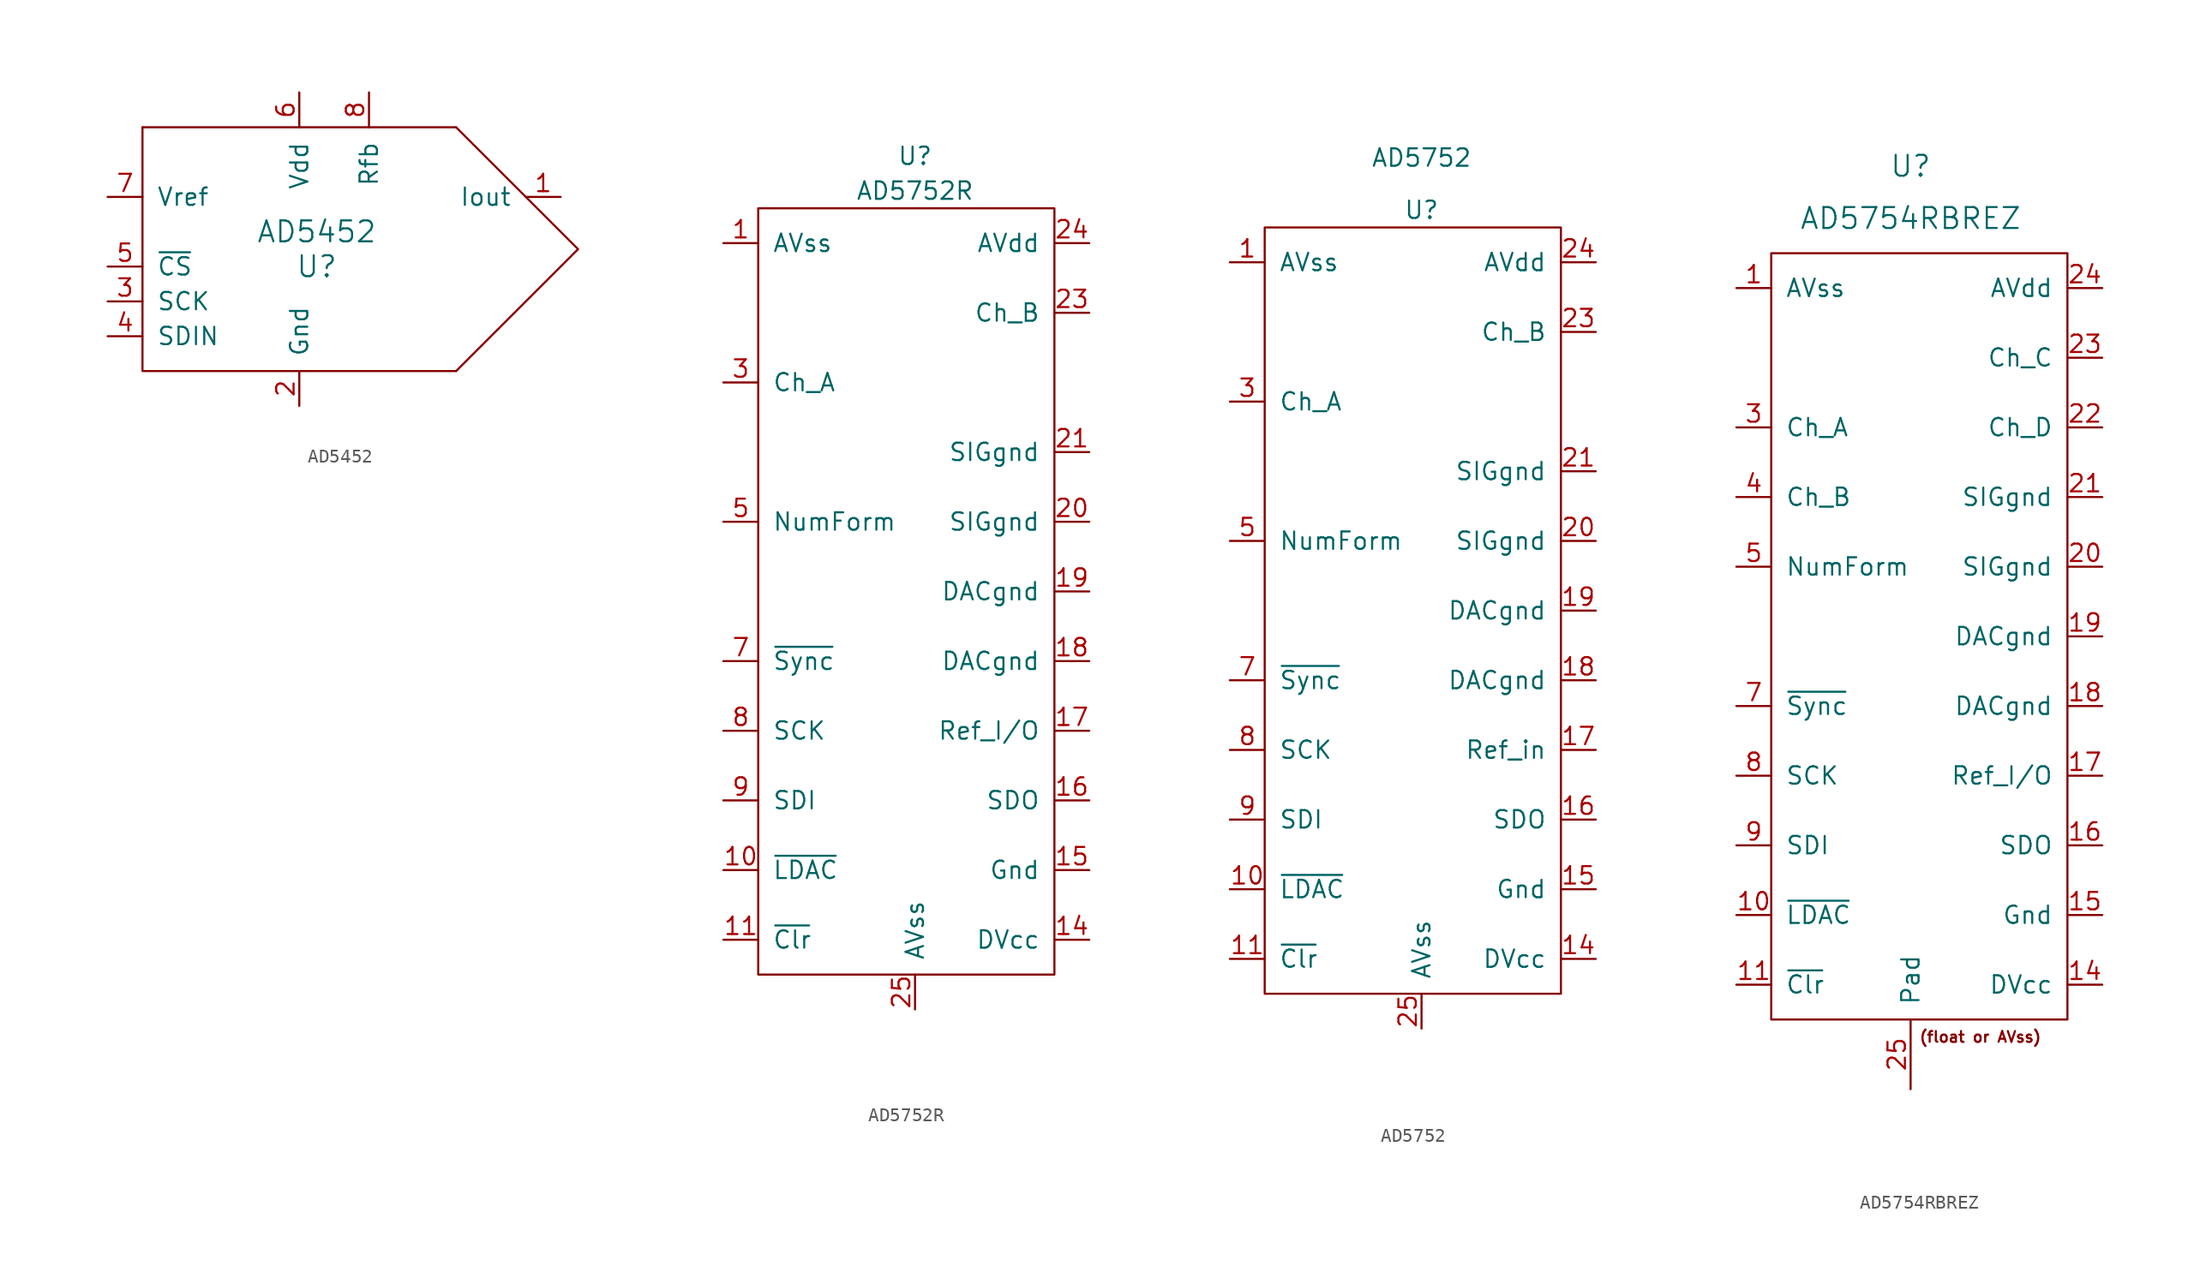
<source format=kicad_sym>
(kicad_symbol_lib
  (version 20211014)
  (generator kicad_symbol_editor)
  (symbol "AD5452"
    (pin_names
      (offset 1.016))
    (property "Reference" "U"
      (at 2.54 -2.54 0)
      (effects (font (size 1.524 1.524))))
    (property "Value" "AD5452"
      (at 2.54 0 0)
      (effects (font (size 1.524 1.524))))
    (symbol "AD5452_0_1"
      (polyline (pts (xy -10.16 7.62) (xy 12.7 7.62)) (stroke (width 0) (type default) (color 0 0 0 0)) (fill (type none)))
      (polyline (pts (xy -10.16 7.62) (xy -10.16 -10.16) (xy 12.7 -10.16)) (stroke (width 0) (type default) (color 0 0 0 0)) (fill (type none)))
      (polyline (pts (xy 12.7 -10.16) (xy 21.59 -1.27) (xy 12.7 7.62)) (stroke (width 0) (type default) (color 0 0 0 0)) (fill (type none))))
    (symbol "AD5452_1_1"
      (pin bidirectional line (at 20.32 2.54 180) (length 2.54) (name "Iout" (effects (font (size 1.27 1.27)))) (number "1" (effects (font (size 1.27 1.27)))))
      (pin bidirectional line (at 1.27 -12.7 90) (length 2.54) (name "Gnd" (effects (font (size 1.27 1.27)))) (number "2" (effects (font (size 1.27 1.27)))))
      (pin bidirectional line (at -12.7 -5.08 0) (length 2.54) (name "SCK" (effects (font (size 1.27 1.27)))) (number "3" (effects (font (size 1.27 1.27)))))
      (pin bidirectional line (at -12.7 -7.62 0) (length 2.54) (name "SDIN" (effects (font (size 1.27 1.27)))) (number "4" (effects (font (size 1.27 1.27)))))
      (pin bidirectional line (at -12.7 -2.54 0) (length 2.54) (name "~{CS}" (effects (font (size 1.27 1.27)))) (number "5" (effects (font (size 1.27 1.27)))))
      (pin bidirectional line (at 1.27 10.16 270) (length 2.54) (name "Vdd" (effects (font (size 1.27 1.27)))) (number "6" (effects (font (size 1.27 1.27)))))
      (pin bidirectional line (at -12.7 2.54 0) (length 2.54) (name "Vref" (effects (font (size 1.27 1.27)))) (number "7" (effects (font (size 1.27 1.27)))))
      (pin bidirectional line (at 6.35 10.16 270) (length 2.54) (name "Rfb" (effects (font (size 1.27 1.27)))) (number "8" (effects (font (size 1.27 1.27)))))))
  (symbol "AD5752R"
    (pin_names
      (offset 1.016))
    (property "Reference" "U"
      (at 0 31.75 0)
      (effects (font (size 1.27 1.27))))
    (property "Value" "AD5752R"
      (at 0 29.21 0)
      (effects (font (size 1.27 1.27))))
    (symbol "AD5752R_1_1"
      (rectangle (start -11.43 27.94) (end 10.16 -27.94) (stroke (width 0) (type default) (color 0 0 0 0)) (fill (type none)))
      (pin bidirectional line (at -13.97 25.4 0) (length 2.54) (name "AVss" (effects (font (size 1.27 1.27)))) (number "1" (effects (font (size 1.27 1.27)))))
      (pin bidirectional line (at -13.97 -20.32 0) (length 2.54) (name "~{LDAC}" (effects (font (size 1.27 1.27)))) (number "10" (effects (font (size 1.27 1.27)))))
      (pin bidirectional line (at -13.97 -25.4 0) (length 2.54) (name "~{Clr}" (effects (font (size 1.27 1.27)))) (number "11" (effects (font (size 1.27 1.27)))))
      (pin bidirectional line (at 12.7 -25.4 180) (length 2.54) (name "DVcc" (effects (font (size 1.27 1.27)))) (number "14" (effects (font (size 1.27 1.27)))))
      (pin bidirectional line (at 12.7 -20.32 180) (length 2.54) (name "Gnd" (effects (font (size 1.27 1.27)))) (number "15" (effects (font (size 1.27 1.27)))))
      (pin bidirectional line (at 12.7 -15.24 180) (length 2.54) (name "SDO" (effects (font (size 1.27 1.27)))) (number "16" (effects (font (size 1.27 1.27)))))
      (pin bidirectional line (at 12.7 -10.16 180) (length 2.54) (name "Ref_I/O" (effects (font (size 1.27 1.27)))) (number "17" (effects (font (size 1.27 1.27)))))
      (pin bidirectional line (at 12.7 -5.08 180) (length 2.54) (name "DACgnd" (effects (font (size 1.27 1.27)))) (number "18" (effects (font (size 1.27 1.27)))))
      (pin bidirectional line (at 12.7 0 180) (length 2.54) (name "DACgnd" (effects (font (size 1.27 1.27)))) (number "19" (effects (font (size 1.27 1.27)))))
      (pin bidirectional line (at 12.7 5.08 180) (length 2.54) (name "SIGgnd" (effects (font (size 1.27 1.27)))) (number "20" (effects (font (size 1.27 1.27)))))
      (pin bidirectional line (at 12.7 10.16 180) (length 2.54) (name "SIGgnd" (effects (font (size 1.27 1.27)))) (number "21" (effects (font (size 1.27 1.27)))))
      (pin bidirectional line (at 12.7 20.32 180) (length 2.54) (name "Ch_B" (effects (font (size 1.27 1.27)))) (number "23" (effects (font (size 1.27 1.27)))))
      (pin bidirectional line (at 12.7 25.4 180) (length 2.54) (name "AVdd" (effects (font (size 1.27 1.27)))) (number "24" (effects (font (size 1.27 1.27)))))
      (pin bidirectional line (at 0 -30.48 90) (length 2.54) (name "AVss" (effects (font (size 1.27 1.27)))) (number "25" (effects (font (size 1.27 1.27)))))
      (pin bidirectional line (at -13.97 15.24 0) (length 2.54) (name "Ch_A" (effects (font (size 1.27 1.27)))) (number "3" (effects (font (size 1.27 1.27)))))
      (pin bidirectional line (at -13.97 5.08 0) (length 2.54) (name "NumForm" (effects (font (size 1.27 1.27)))) (number "5" (effects (font (size 1.27 1.27)))))
      (pin bidirectional line (at -13.97 -5.08 0) (length 2.54) (name "~{Sync}" (effects (font (size 1.27 1.27)))) (number "7" (effects (font (size 1.27 1.27)))))
      (pin bidirectional line (at -13.97 -10.16 0) (length 2.54) (name "SCK" (effects (font (size 1.27 1.27)))) (number "8" (effects (font (size 1.27 1.27)))))
      (pin bidirectional line (at -13.97 -15.24 0) (length 2.54) (name "SDI" (effects (font (size 1.27 1.27)))) (number "9" (effects (font (size 1.27 1.27)))))))
  (symbol "AD5752"
    (pin_names
      (offset 1.016))
    (property "Reference" "U"
      (at 0 29.21 0)
      (effects (font (size 1.27 1.27))))
    (property "Value" "AD5752"
      (at 0 33.02 0)
      (effects (font (size 1.27 1.27))))
    (symbol "AD5752_1_1"
      (rectangle (start -11.43 27.94) (end 10.16 -27.94) (stroke (width 0) (type default) (color 0 0 0 0)) (fill (type none)))
      (pin bidirectional line (at -13.97 25.4 0) (length 2.54) (name "AVss" (effects (font (size 1.27 1.27)))) (number "1" (effects (font (size 1.27 1.27)))))
      (pin bidirectional line (at -13.97 -20.32 0) (length 2.54) (name "~{LDAC}" (effects (font (size 1.27 1.27)))) (number "10" (effects (font (size 1.27 1.27)))))
      (pin bidirectional line (at -13.97 -25.4 0) (length 2.54) (name "~{Clr}" (effects (font (size 1.27 1.27)))) (number "11" (effects (font (size 1.27 1.27)))))
      (pin bidirectional line (at 12.7 -25.4 180) (length 2.54) (name "DVcc" (effects (font (size 1.27 1.27)))) (number "14" (effects (font (size 1.27 1.27)))))
      (pin bidirectional line (at 12.7 -20.32 180) (length 2.54) (name "Gnd" (effects (font (size 1.27 1.27)))) (number "15" (effects (font (size 1.27 1.27)))))
      (pin bidirectional line (at 12.7 -15.24 180) (length 2.54) (name "SDO" (effects (font (size 1.27 1.27)))) (number "16" (effects (font (size 1.27 1.27)))))
      (pin bidirectional line (at 12.7 -10.16 180) (length 2.54) (name "Ref_in" (effects (font (size 1.27 1.27)))) (number "17" (effects (font (size 1.27 1.27)))))
      (pin bidirectional line (at 12.7 -5.08 180) (length 2.54) (name "DACgnd" (effects (font (size 1.27 1.27)))) (number "18" (effects (font (size 1.27 1.27)))))
      (pin bidirectional line (at 12.7 0 180) (length 2.54) (name "DACgnd" (effects (font (size 1.27 1.27)))) (number "19" (effects (font (size 1.27 1.27)))))
      (pin bidirectional line (at 12.7 5.08 180) (length 2.54) (name "SIGgnd" (effects (font (size 1.27 1.27)))) (number "20" (effects (font (size 1.27 1.27)))))
      (pin bidirectional line (at 12.7 10.16 180) (length 2.54) (name "SIGgnd" (effects (font (size 1.27 1.27)))) (number "21" (effects (font (size 1.27 1.27)))))
      (pin bidirectional line (at 12.7 20.32 180) (length 2.54) (name "Ch_B" (effects (font (size 1.27 1.27)))) (number "23" (effects (font (size 1.27 1.27)))))
      (pin bidirectional line (at 12.7 25.4 180) (length 2.54) (name "AVdd" (effects (font (size 1.27 1.27)))) (number "24" (effects (font (size 1.27 1.27)))))
      (pin bidirectional line (at 0 -30.48 90) (length 2.54) (name "AVss" (effects (font (size 1.27 1.27)))) (number "25" (effects (font (size 1.27 1.27)))))
      (pin bidirectional line (at -13.97 15.24 0) (length 2.54) (name "Ch_A" (effects (font (size 1.27 1.27)))) (number "3" (effects (font (size 1.27 1.27)))))
      (pin bidirectional line (at -13.97 5.08 0) (length 2.54) (name "NumForm" (effects (font (size 1.27 1.27)))) (number "5" (effects (font (size 1.27 1.27)))))
      (pin bidirectional line (at -13.97 -5.08 0) (length 2.54) (name "~{Sync}" (effects (font (size 1.27 1.27)))) (number "7" (effects (font (size 1.27 1.27)))))
      (pin bidirectional line (at -13.97 -10.16 0) (length 2.54) (name "SCK" (effects (font (size 1.27 1.27)))) (number "8" (effects (font (size 1.27 1.27)))))
      (pin bidirectional line (at -13.97 -15.24 0) (length 2.54) (name "SDI" (effects (font (size 1.27 1.27)))) (number "9" (effects (font (size 1.27 1.27)))))))
  (symbol "AD5754RBREZ"
    (pin_names
      (offset 1.016))
    (property "Reference" "U"
      (at 0 13.97 0)
      (effects (font (size 1.524 1.524))))
    (property "Value" "AD5754RBREZ"
      (at 0 10.16 0)
      (effects (font (size 1.524 1.524))))
    (symbol "AD5754RBREZ_0_0"
      (text "(float or AVss)" (at 5.08 -49.53 0) (effects (font (size 0.787 0.787)))))
    (symbol "AD5754RBREZ_0_1"
      (rectangle (start -10.16 7.62) (end 11.43 -48.26) (stroke (width 0) (type default) (color 0 0 0 0)) (fill (type none))))
    (symbol "AD5754RBREZ_1_1"
      (pin bidirectional line (at -12.7 5.08 0) (length 2.54) (name "AVss" (effects (font (size 1.27 1.27)))) (number "1" (effects (font (size 1.27 1.27)))))
      (pin bidirectional line (at -12.7 -40.64 0) (length 2.54) (name "~{LDAC}" (effects (font (size 1.27 1.27)))) (number "10" (effects (font (size 1.27 1.27)))))
      (pin bidirectional line (at -12.7 -45.72 0) (length 2.54) (name "~{Clr}" (effects (font (size 1.27 1.27)))) (number "11" (effects (font (size 1.27 1.27)))))
      (pin bidirectional line (at 13.97 -45.72 180) (length 2.54) (name "DVcc" (effects (font (size 1.27 1.27)))) (number "14" (effects (font (size 1.27 1.27)))))
      (pin bidirectional line (at 13.97 -40.64 180) (length 2.54) (name "Gnd" (effects (font (size 1.27 1.27)))) (number "15" (effects (font (size 1.27 1.27)))))
      (pin bidirectional line (at 13.97 -35.56 180) (length 2.54) (name "SDO" (effects (font (size 1.27 1.27)))) (number "16" (effects (font (size 1.27 1.27)))))
      (pin bidirectional line (at 13.97 -30.48 180) (length 2.54) (name "Ref_I/O" (effects (font (size 1.27 1.27)))) (number "17" (effects (font (size 1.27 1.27)))))
      (pin bidirectional line (at 13.97 -25.4 180) (length 2.54) (name "DACgnd" (effects (font (size 1.27 1.27)))) (number "18" (effects (font (size 1.27 1.27)))))
      (pin bidirectional line (at 13.97 -20.32 180) (length 2.54) (name "DACgnd" (effects (font (size 1.27 1.27)))) (number "19" (effects (font (size 1.27 1.27)))))
      (pin bidirectional line (at 13.97 -15.24 180) (length 2.54) (name "SIGgnd" (effects (font (size 1.27 1.27)))) (number "20" (effects (font (size 1.27 1.27)))))
      (pin bidirectional line (at 13.97 -10.16 180) (length 2.54) (name "SIGgnd" (effects (font (size 1.27 1.27)))) (number "21" (effects (font (size 1.27 1.27)))))
      (pin bidirectional line (at 13.97 -5.08 180) (length 2.54) (name "Ch_D" (effects (font (size 1.27 1.27)))) (number "22" (effects (font (size 1.27 1.27)))))
      (pin bidirectional line (at 13.97 0 180) (length 2.54) (name "Ch_C" (effects (font (size 1.27 1.27)))) (number "23" (effects (font (size 1.27 1.27)))))
      (pin bidirectional line (at 13.97 5.08 180) (length 2.54) (name "AVdd" (effects (font (size 1.27 1.27)))) (number "24" (effects (font (size 1.27 1.27)))))
      (pin input line (at 0 -53.34 90) (length 5.08) (name "Pad" (effects (font (size 1.27 1.27)))) (number "25" (effects (font (size 1.27 1.27)))))
      (pin bidirectional line (at -12.7 -5.08 0) (length 2.54) (name "Ch_A" (effects (font (size 1.27 1.27)))) (number "3" (effects (font (size 1.27 1.27)))))
      (pin bidirectional line (at -12.7 -10.16 0) (length 2.54) (name "Ch_B" (effects (font (size 1.27 1.27)))) (number "4" (effects (font (size 1.27 1.27)))))
      (pin bidirectional line (at -12.7 -15.24 0) (length 2.54) (name "NumForm" (effects (font (size 1.27 1.27)))) (number "5" (effects (font (size 1.27 1.27)))))
      (pin bidirectional line (at -12.7 -25.4 0) (length 2.54) (name "~{Sync}" (effects (font (size 1.27 1.27)))) (number "7" (effects (font (size 1.27 1.27)))))
      (pin bidirectional line (at -12.7 -30.48 0) (length 2.54) (name "SCK" (effects (font (size 1.27 1.27)))) (number "8" (effects (font (size 1.27 1.27)))))
      (pin bidirectional line (at -12.7 -35.56 0) (length 2.54) (name "SDI" (effects (font (size 1.27 1.27)))) (number "9" (effects (font (size 1.27 1.27))))))))
</source>
